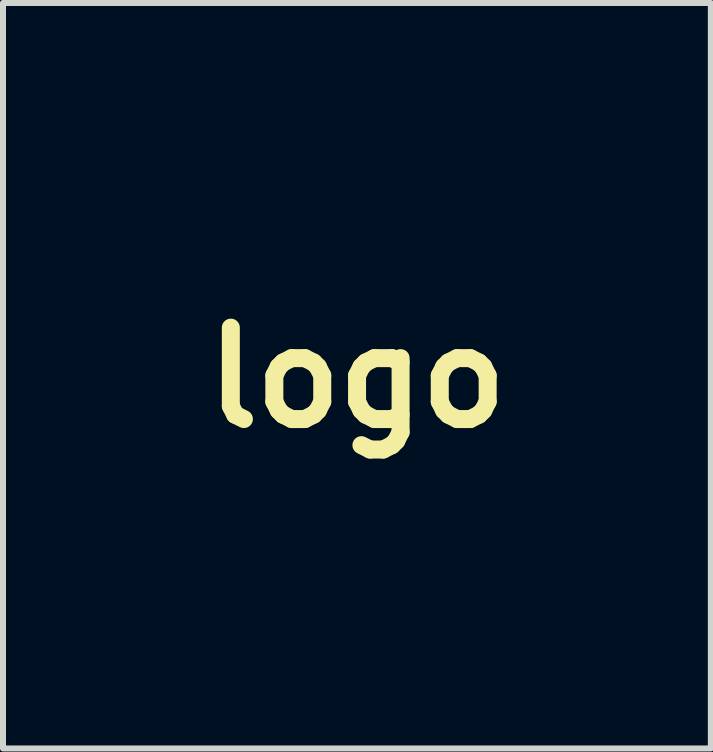
<source format=kicad_pcb>
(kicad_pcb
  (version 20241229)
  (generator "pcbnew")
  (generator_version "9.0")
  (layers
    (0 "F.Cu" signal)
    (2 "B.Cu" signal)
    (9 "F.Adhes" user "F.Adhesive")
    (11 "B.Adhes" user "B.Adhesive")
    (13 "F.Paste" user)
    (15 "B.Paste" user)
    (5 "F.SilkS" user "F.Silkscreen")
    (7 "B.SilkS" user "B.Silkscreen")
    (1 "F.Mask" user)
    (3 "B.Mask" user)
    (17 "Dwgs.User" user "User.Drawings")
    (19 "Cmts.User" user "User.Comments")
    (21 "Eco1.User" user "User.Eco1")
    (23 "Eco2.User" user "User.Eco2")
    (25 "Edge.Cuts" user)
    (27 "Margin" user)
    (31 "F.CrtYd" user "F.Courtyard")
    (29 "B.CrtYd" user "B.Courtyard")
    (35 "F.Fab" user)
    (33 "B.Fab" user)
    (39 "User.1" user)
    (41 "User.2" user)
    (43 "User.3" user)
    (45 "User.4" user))
  (footprint "logo"
    (layer "F.Cu")
    (at 2.903 3.247)
    (property "Reference" "logo" (at 0 0 0) (layer "F.SilkS") (effects (font (size 1.524 1.524) (thickness 0.3))))
    (attr through_hole)
    (fp_poly (pts (xy 2.883 -3.239) (xy 2.893 -3.228) (xy 2.884 -3.208) (xy 2.881 -3.205) (xy 2.842 -3.155) (xy 2.777 -3.072) (xy 2.699 -2.975) (xy 2.696 -2.972) (xy 2.47 -2.653) (xy 2.27 -2.293) (xy 2.104 -1.912) (xy 1.996 -1.572) (xy 1.969 -1.446) (xy 1.941 -1.282) (xy 1.917 -1.101) (xy 1.903 -0.968) (xy 1.842 -0.499) (xy 1.748 -0.081) (xy 1.62 0.29) (xy 1.456 0.617) (xy 1.254 0.905) (xy 1.044 1.127) (xy 0.766 1.344) (xy 0.451 1.51) (xy 0.103 1.626) (xy -0.276 1.691) (xy -0.68 1.704) (xy -1.107 1.665) (xy -1.295 1.632) (xy -1.337 1.626) (xy -1.369 1.635) (xy -1.398 1.668) (xy -1.432 1.737) (xy -1.477 1.851) (xy -1.5 1.91) (xy -1.608 2.203) (xy -1.697 2.47) (xy -1.765 2.699) (xy -1.808 2.882) (xy -1.809 2.889) (xy -1.858 3.04) (xy -1.939 3.136) (xy -2.049 3.176) (xy -2.19 3.16) (xy -2.275 3.129) (xy -2.35 3.08) (xy -2.395 3.022) (xy -2.396 3.019) (xy -2.404 2.926) (xy -2.385 2.785) (xy -2.344 2.606) (xy -2.282 2.396) (xy -2.204 2.166) (xy -2.11 1.925) (xy -2.005 1.68) (xy -1.954 1.572) (xy -1.642 0.987) (xy -1.27 0.413) (xy -0.842 -0.147) (xy -0.36 -0.689) (xy 0.171 -1.209) (xy 0.749 -1.702) (xy 0.879 -1.804) (xy 1.005 -1.903) (xy 1.11 -1.988) (xy 1.185 -2.051) (xy 1.221 -2.086) (xy 1.223 -2.09) (xy 1.185 -2.088) (xy 1.1 -2.064) (xy 0.977 -2.022) (xy 0.827 -1.966) (xy 0.661 -1.901) (xy 0.488 -1.829) (xy 0.319 -1.754) (xy 0.191 -1.694) (xy -0.344 -1.407) (xy -0.835 -1.082) (xy -1.278 -0.721) (xy -1.673 -0.327) (xy -2.014 0.097) (xy -2.301 0.55) (xy -2.364 0.668) (xy -2.434 0.803) (xy -2.484 0.884) (xy -2.522 0.912) (xy -2.559 0.888) (xy -2.606 0.812) (xy -2.665 0.699) (xy -2.801 0.374) (xy -2.878 0.046) (xy -2.898 -0.28) (xy -2.859 -0.598) (xy -2.762 -0.901) (xy -2.617 -1.169) (xy -2.389 -1.457) (xy -2.101 -1.725) (xy -1.753 -1.975) (xy -1.345 -2.206) (xy -0.878 -2.418) (xy -0.351 -2.61) (xy 0.236 -2.783) (xy 0.881 -2.937) (xy 1.584 -3.071) (xy 2.346 -3.186) (xy 2.469 -3.201) (xy 2.645 -3.223) (xy 2.767 -3.237) (xy 2.844 -3.242) (xy 2.883 -3.239)) (stroke (width 0.01) (type solid)) (fill yes) (layer "F.Mask")))
  (gr_rect
    (start -3 -3)
    (end 8.801 9.428)
    (stroke (width 0.1) (type default))
    (fill no)
    (layer "Edge.Cuts")))
</source>
